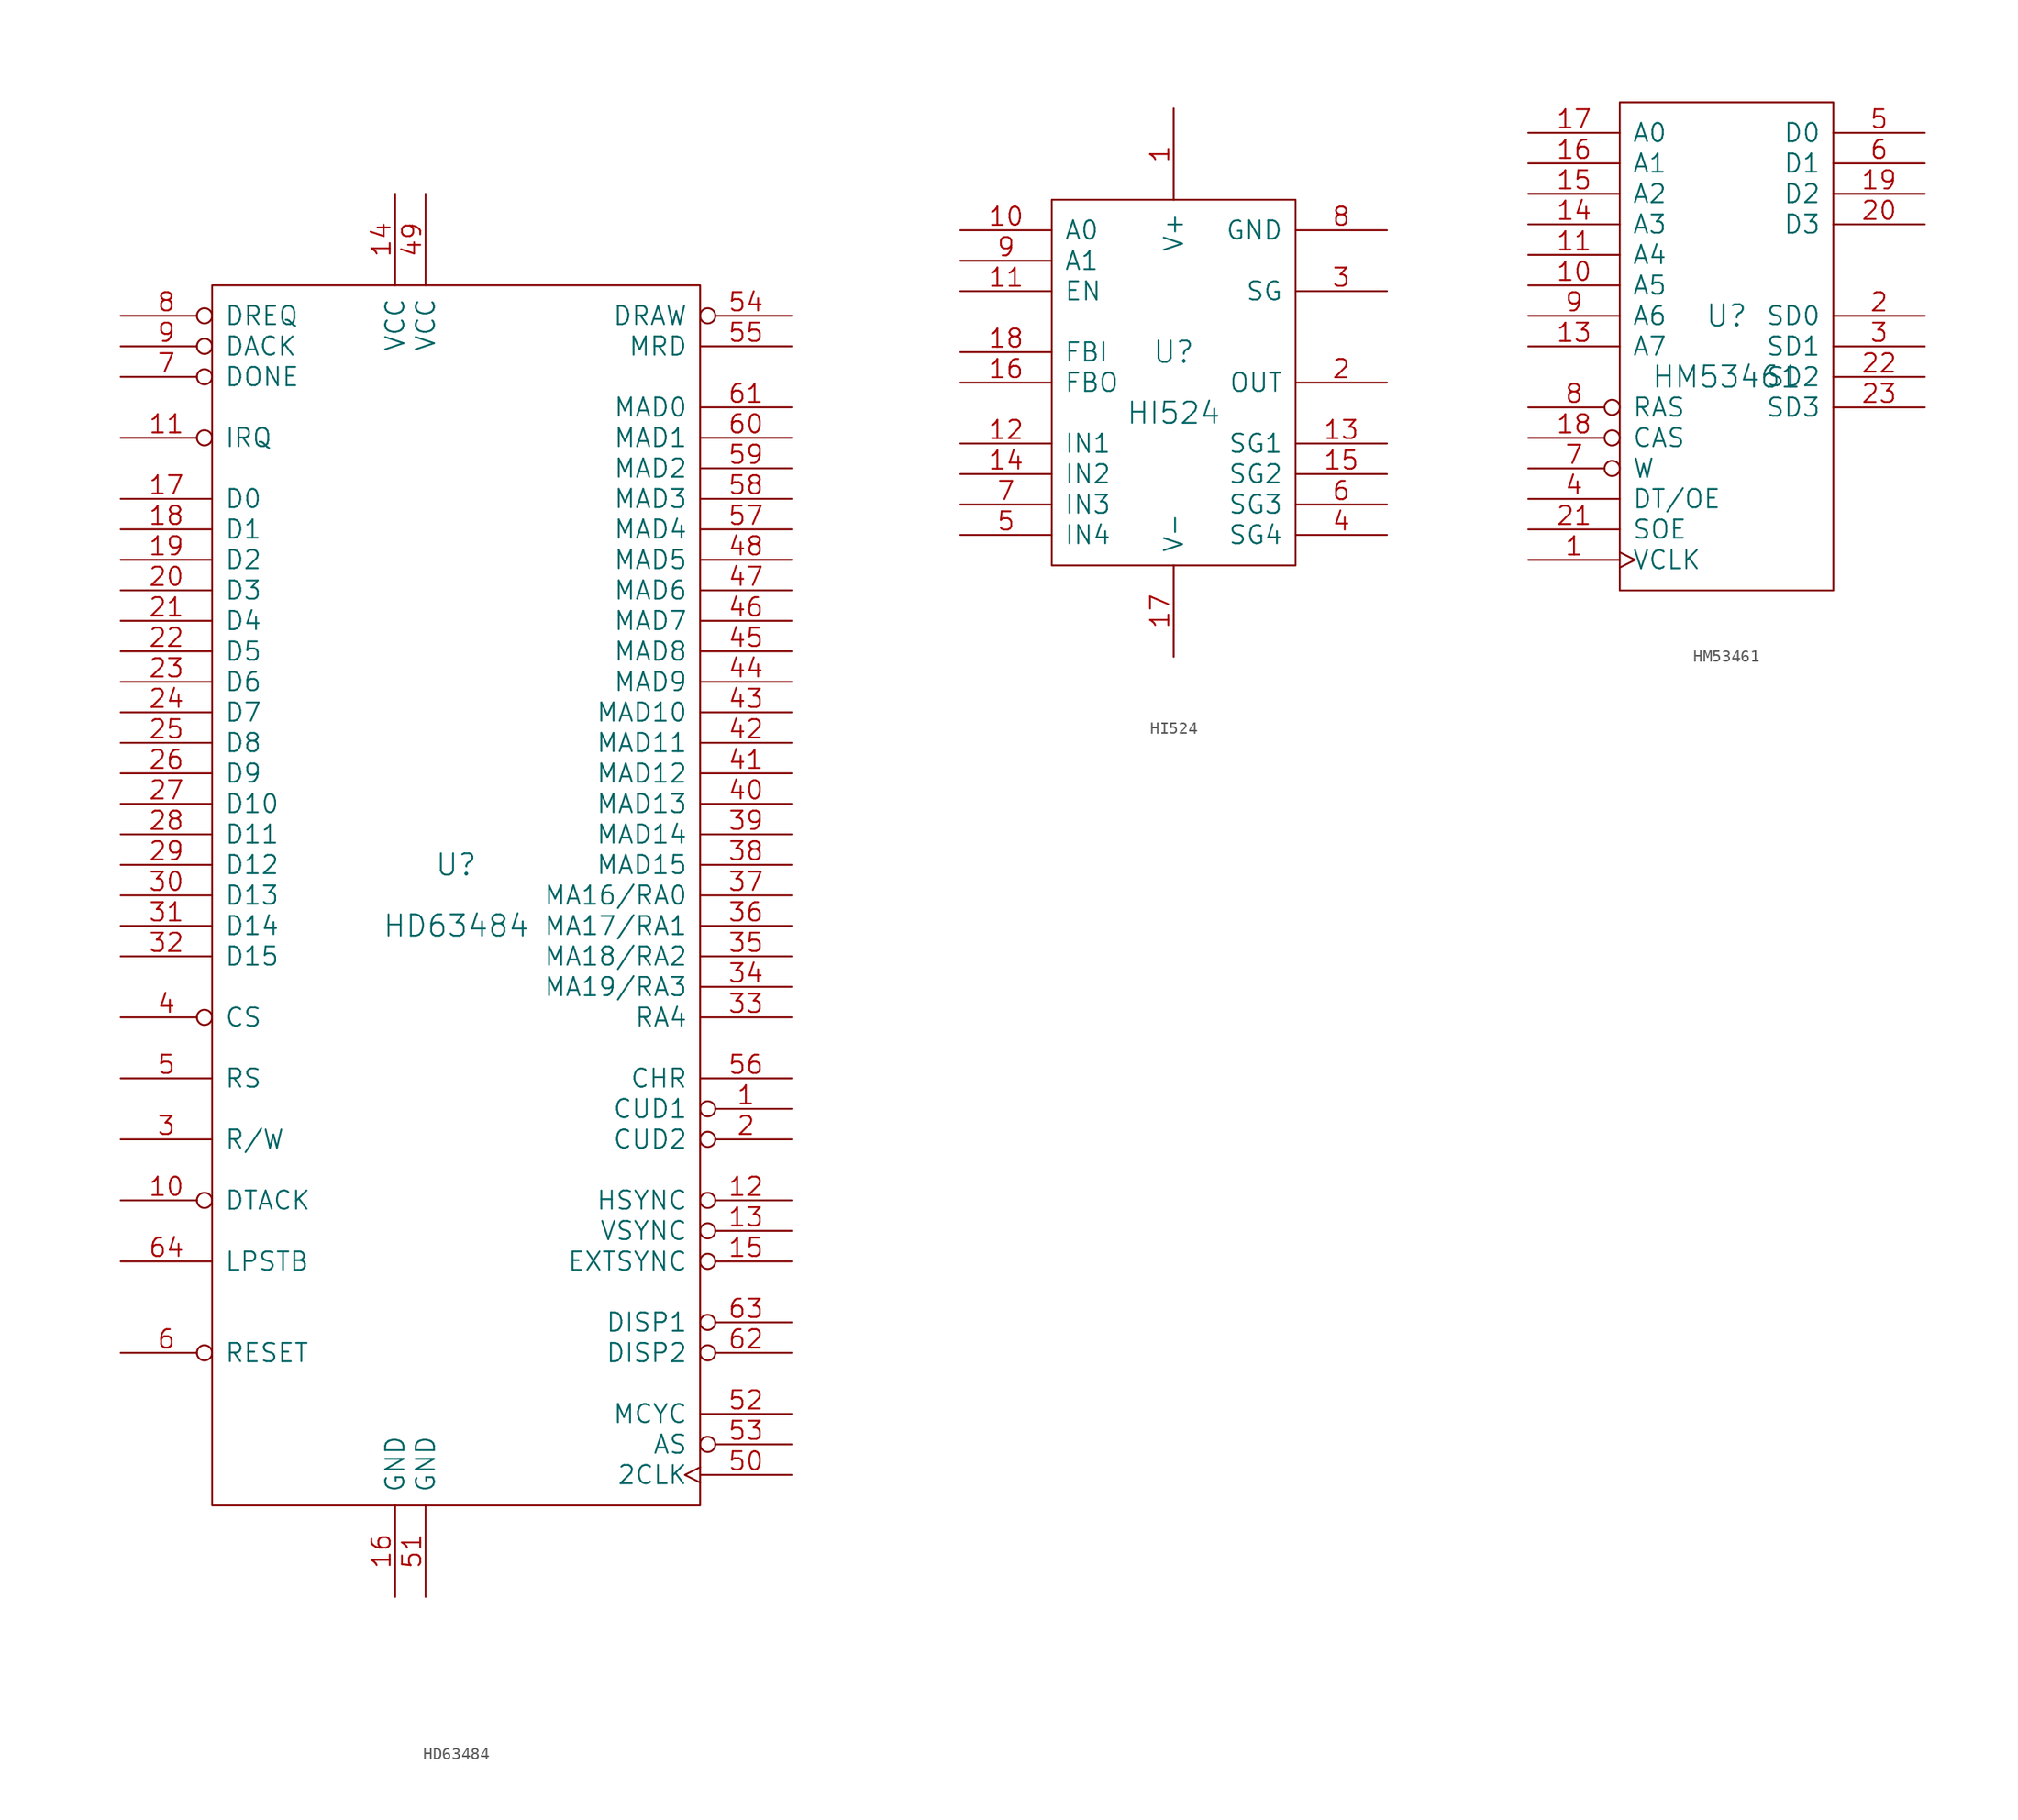
<source format=kicad_sym>
(kicad_symbol_lib
  (version 20211014)
  (generator kicad_symbol_editor)
  (symbol "HD63484"
    (pin_names
      (offset 1.016))
    (property "Reference" "U"
      (at 0 2.54 0)
      (effects (font (size 1.778 1.778))))
    (property "Value" "HD63484"
      (at 0 -2.54 0)
      (effects (font (size 1.778 1.778))))
    (property "Footprint" ""
      (at 0 0 0)
      (effects (font (size 1.524 1.524))))
    (property "Datasheet" ""
      (at 0 0 0)
      (effects (font (size 1.524 1.524))))
    (symbol "HD63484_0_1"
      (rectangle (start -20.32 -50.8) (end 20.32 50.8) (stroke (width 0) (type default) (color 0 0 0 0)) (fill (type none))))
    (symbol "HD63484_1_1"
      (pin output inverted (at 27.94 -17.78 180) (length 7.62) (name "CUD1" (effects (font (size 1.524 1.524)))) (number "1" (effects (font (size 1.524 1.524)))))
      (pin output inverted (at -27.94 -25.4 0) (length 7.62) (name "DTACK" (effects (font (size 1.524 1.524)))) (number "10" (effects (font (size 1.524 1.524)))))
      (pin output inverted (at -27.94 38.1 0) (length 7.62) (name "IRQ" (effects (font (size 1.524 1.524)))) (number "11" (effects (font (size 1.524 1.524)))))
      (pin output inverted (at 27.94 -25.4 180) (length 7.62) (name "HSYNC" (effects (font (size 1.524 1.524)))) (number "12" (effects (font (size 1.524 1.524)))))
      (pin output inverted (at 27.94 -27.94 180) (length 7.62) (name "VSYNC" (effects (font (size 1.524 1.524)))) (number "13" (effects (font (size 1.524 1.524)))))
      (pin input line (at -5.08 58.42 270) (length 7.62) (name "VCC" (effects (font (size 1.524 1.524)))) (number "14" (effects (font (size 1.524 1.524)))))
      (pin input inverted (at 27.94 -30.48 180) (length 7.62) (name "EXTSYNC" (effects (font (size 1.524 1.524)))) (number "15" (effects (font (size 1.524 1.524)))))
      (pin input line (at -5.08 -58.42 90) (length 7.62) (name "GND" (effects (font (size 1.524 1.524)))) (number "16" (effects (font (size 1.524 1.524)))))
      (pin tri_state line (at -27.94 33.02 0) (length 7.62) (name "D0" (effects (font (size 1.524 1.524)))) (number "17" (effects (font (size 1.524 1.524)))))
      (pin tri_state line (at -27.94 30.48 0) (length 7.62) (name "D1" (effects (font (size 1.524 1.524)))) (number "18" (effects (font (size 1.524 1.524)))))
      (pin tri_state line (at -27.94 27.94 0) (length 7.62) (name "D2" (effects (font (size 1.524 1.524)))) (number "19" (effects (font (size 1.524 1.524)))))
      (pin output inverted (at 27.94 -20.32 180) (length 7.62) (name "CUD2" (effects (font (size 1.524 1.524)))) (number "2" (effects (font (size 1.524 1.524)))))
      (pin tri_state line (at -27.94 25.4 0) (length 7.62) (name "D3" (effects (font (size 1.524 1.524)))) (number "20" (effects (font (size 1.524 1.524)))))
      (pin tri_state line (at -27.94 22.86 0) (length 7.62) (name "D4" (effects (font (size 1.524 1.524)))) (number "21" (effects (font (size 1.524 1.524)))))
      (pin tri_state line (at -27.94 20.32 0) (length 7.62) (name "D5" (effects (font (size 1.524 1.524)))) (number "22" (effects (font (size 1.524 1.524)))))
      (pin tri_state line (at -27.94 17.78 0) (length 7.62) (name "D6" (effects (font (size 1.524 1.524)))) (number "23" (effects (font (size 1.524 1.524)))))
      (pin tri_state line (at -27.94 15.24 0) (length 7.62) (name "D7" (effects (font (size 1.524 1.524)))) (number "24" (effects (font (size 1.524 1.524)))))
      (pin tri_state line (at -27.94 12.7 0) (length 7.62) (name "D8" (effects (font (size 1.524 1.524)))) (number "25" (effects (font (size 1.524 1.524)))))
      (pin tri_state line (at -27.94 10.16 0) (length 7.62) (name "D9" (effects (font (size 1.524 1.524)))) (number "26" (effects (font (size 1.524 1.524)))))
      (pin tri_state line (at -27.94 7.62 0) (length 7.62) (name "D10" (effects (font (size 1.524 1.524)))) (number "27" (effects (font (size 1.524 1.524)))))
      (pin tri_state line (at -27.94 5.08 0) (length 7.62) (name "D11" (effects (font (size 1.524 1.524)))) (number "28" (effects (font (size 1.524 1.524)))))
      (pin tri_state line (at -27.94 2.54 0) (length 7.62) (name "D12" (effects (font (size 1.524 1.524)))) (number "29" (effects (font (size 1.524 1.524)))))
      (pin input line (at -27.94 -20.32 0) (length 7.62) (name "R/W" (effects (font (size 1.524 1.524)))) (number "3" (effects (font (size 1.524 1.524)))))
      (pin tri_state line (at -27.94 0 0) (length 7.62) (name "D13" (effects (font (size 1.524 1.524)))) (number "30" (effects (font (size 1.524 1.524)))))
      (pin tri_state line (at -27.94 -2.54 0) (length 7.62) (name "D14" (effects (font (size 1.524 1.524)))) (number "31" (effects (font (size 1.524 1.524)))))
      (pin tri_state line (at -27.94 -5.08 0) (length 7.62) (name "D15" (effects (font (size 1.524 1.524)))) (number "32" (effects (font (size 1.524 1.524)))))
      (pin output line (at 27.94 -10.16 180) (length 7.62) (name "RA4" (effects (font (size 1.524 1.524)))) (number "33" (effects (font (size 1.524 1.524)))))
      (pin output line (at 27.94 -7.62 180) (length 7.62) (name "MA19/RA3" (effects (font (size 1.524 1.524)))) (number "34" (effects (font (size 1.524 1.524)))))
      (pin output line (at 27.94 -5.08 180) (length 7.62) (name "MA18/RA2" (effects (font (size 1.524 1.524)))) (number "35" (effects (font (size 1.524 1.524)))))
      (pin output line (at 27.94 -2.54 180) (length 7.62) (name "MA17/RA1" (effects (font (size 1.524 1.524)))) (number "36" (effects (font (size 1.524 1.524)))))
      (pin output line (at 27.94 0 180) (length 7.62) (name "MA16/RA0" (effects (font (size 1.524 1.524)))) (number "37" (effects (font (size 1.524 1.524)))))
      (pin tri_state line (at 27.94 2.54 180) (length 7.62) (name "MAD15" (effects (font (size 1.524 1.524)))) (number "38" (effects (font (size 1.524 1.524)))))
      (pin tri_state line (at 27.94 5.08 180) (length 7.62) (name "MAD14" (effects (font (size 1.524 1.524)))) (number "39" (effects (font (size 1.524 1.524)))))
      (pin input inverted (at -27.94 -10.16 0) (length 7.62) (name "CS" (effects (font (size 1.524 1.524)))) (number "4" (effects (font (size 1.524 1.524)))))
      (pin tri_state line (at 27.94 7.62 180) (length 7.62) (name "MAD13" (effects (font (size 1.524 1.524)))) (number "40" (effects (font (size 1.524 1.524)))))
      (pin tri_state line (at 27.94 10.16 180) (length 7.62) (name "MAD12" (effects (font (size 1.524 1.524)))) (number "41" (effects (font (size 1.524 1.524)))))
      (pin tri_state line (at 27.94 12.7 180) (length 7.62) (name "MAD11" (effects (font (size 1.524 1.524)))) (number "42" (effects (font (size 1.524 1.524)))))
      (pin tri_state line (at 27.94 15.24 180) (length 7.62) (name "MAD10" (effects (font (size 1.524 1.524)))) (number "43" (effects (font (size 1.524 1.524)))))
      (pin tri_state line (at 27.94 17.78 180) (length 7.62) (name "MAD9" (effects (font (size 1.524 1.524)))) (number "44" (effects (font (size 1.524 1.524)))))
      (pin tri_state line (at 27.94 20.32 180) (length 7.62) (name "MAD8" (effects (font (size 1.524 1.524)))) (number "45" (effects (font (size 1.524 1.524)))))
      (pin tri_state line (at 27.94 22.86 180) (length 7.62) (name "MAD7" (effects (font (size 1.524 1.524)))) (number "46" (effects (font (size 1.524 1.524)))))
      (pin tri_state line (at 27.94 25.4 180) (length 7.62) (name "MAD6" (effects (font (size 1.524 1.524)))) (number "47" (effects (font (size 1.524 1.524)))))
      (pin tri_state line (at 27.94 27.94 180) (length 7.62) (name "MAD5" (effects (font (size 1.524 1.524)))) (number "48" (effects (font (size 1.524 1.524)))))
      (pin input line (at -2.54 58.42 270) (length 7.62) (name "VCC" (effects (font (size 1.524 1.524)))) (number "49" (effects (font (size 1.524 1.524)))))
      (pin input line (at -27.94 -15.24 0) (length 7.62) (name "RS" (effects (font (size 1.524 1.524)))) (number "5" (effects (font (size 1.524 1.524)))))
      (pin input clock (at 27.94 -48.26 180) (length 7.62) (name "2CLK" (effects (font (size 1.524 1.524)))) (number "50" (effects (font (size 1.524 1.524)))))
      (pin input line (at -2.54 -58.42 90) (length 7.62) (name "GND" (effects (font (size 1.524 1.524)))) (number "51" (effects (font (size 1.524 1.524)))))
      (pin output line (at 27.94 -43.18 180) (length 7.62) (name "MCYC" (effects (font (size 1.524 1.524)))) (number "52" (effects (font (size 1.524 1.524)))))
      (pin output inverted (at 27.94 -45.72 180) (length 7.62) (name "AS" (effects (font (size 1.524 1.524)))) (number "53" (effects (font (size 1.524 1.524)))))
      (pin output inverted (at 27.94 48.26 180) (length 7.62) (name "DRAW" (effects (font (size 1.524 1.524)))) (number "54" (effects (font (size 1.524 1.524)))))
      (pin output line (at 27.94 45.72 180) (length 7.62) (name "MRD" (effects (font (size 1.524 1.524)))) (number "55" (effects (font (size 1.524 1.524)))))
      (pin output line (at 27.94 -15.24 180) (length 7.62) (name "CHR" (effects (font (size 1.524 1.524)))) (number "56" (effects (font (size 1.524 1.524)))))
      (pin tri_state line (at 27.94 30.48 180) (length 7.62) (name "MAD4" (effects (font (size 1.524 1.524)))) (number "57" (effects (font (size 1.524 1.524)))))
      (pin tri_state line (at 27.94 33.02 180) (length 7.62) (name "MAD3" (effects (font (size 1.524 1.524)))) (number "58" (effects (font (size 1.524 1.524)))))
      (pin tri_state line (at 27.94 35.56 180) (length 7.62) (name "MAD2" (effects (font (size 1.524 1.524)))) (number "59" (effects (font (size 1.524 1.524)))))
      (pin input inverted (at -27.94 -38.1 0) (length 7.62) (name "RESET" (effects (font (size 1.524 1.524)))) (number "6" (effects (font (size 1.524 1.524)))))
      (pin tri_state line (at 27.94 38.1 180) (length 7.62) (name "MAD1" (effects (font (size 1.524 1.524)))) (number "60" (effects (font (size 1.524 1.524)))))
      (pin tri_state line (at 27.94 40.64 180) (length 7.62) (name "MAD0" (effects (font (size 1.524 1.524)))) (number "61" (effects (font (size 1.524 1.524)))))
      (pin output inverted (at 27.94 -38.1 180) (length 7.62) (name "DISP2" (effects (font (size 1.524 1.524)))) (number "62" (effects (font (size 1.524 1.524)))))
      (pin output inverted (at 27.94 -35.56 180) (length 7.62) (name "DISP1" (effects (font (size 1.524 1.524)))) (number "63" (effects (font (size 1.524 1.524)))))
      (pin input line (at -27.94 -30.48 0) (length 7.62) (name "LPSTB" (effects (font (size 1.524 1.524)))) (number "64" (effects (font (size 1.524 1.524)))))
      (pin input inverted (at -27.94 43.18 0) (length 7.62) (name "DONE" (effects (font (size 1.524 1.524)))) (number "7" (effects (font (size 1.524 1.524)))))
      (pin output inverted (at -27.94 48.26 0) (length 7.62) (name "DREQ" (effects (font (size 1.524 1.524)))) (number "8" (effects (font (size 1.524 1.524)))))
      (pin input inverted (at -27.94 45.72 0) (length 7.62) (name "DACK" (effects (font (size 1.524 1.524)))) (number "9" (effects (font (size 1.524 1.524)))))))
  (symbol "HI524"
    (pin_names
      (offset 1.016))
    (property "Reference" "U"
      (at 0 2.54 0)
      (effects (font (size 1.778 1.778))))
    (property "Value" "HI524"
      (at 0 -2.54 0)
      (effects (font (size 1.778 1.778))))
    (property "Footprint" ""
      (at 0 0 0)
      (effects (font (size 1.524 1.524))))
    (property "Datasheet" ""
      (at 0 0 0)
      (effects (font (size 1.524 1.524))))
    (symbol "HI524_0_1"
      (rectangle (start -10.16 -15.24) (end 10.16 15.24) (stroke (width 0) (type default) (color 0 0 0 0)) (fill (type none))))
    (symbol "HI524_1_1"
      (pin passive line (at 0 22.86 270) (length 7.62) (name "V+" (effects (font (size 1.524 1.524)))) (number "1" (effects (font (size 1.524 1.524)))))
      (pin input line (at -17.78 12.7 0) (length 7.62) (name "A0" (effects (font (size 1.524 1.524)))) (number "10" (effects (font (size 1.524 1.524)))))
      (pin input line (at -17.78 7.62 0) (length 7.62) (name "EN" (effects (font (size 1.524 1.524)))) (number "11" (effects (font (size 1.524 1.524)))))
      (pin input line (at -17.78 -5.08 0) (length 7.62) (name "IN1" (effects (font (size 1.524 1.524)))) (number "12" (effects (font (size 1.524 1.524)))))
      (pin passive line (at 17.78 -5.08 180) (length 7.62) (name "SG1" (effects (font (size 1.524 1.524)))) (number "13" (effects (font (size 1.524 1.524)))))
      (pin input line (at -17.78 -7.62 0) (length 7.62) (name "IN2" (effects (font (size 1.524 1.524)))) (number "14" (effects (font (size 1.524 1.524)))))
      (pin passive line (at 17.78 -7.62 180) (length 7.62) (name "SG2" (effects (font (size 1.524 1.524)))) (number "15" (effects (font (size 1.524 1.524)))))
      (pin output line (at -17.78 0 0) (length 7.62) (name "FBO" (effects (font (size 1.524 1.524)))) (number "16" (effects (font (size 1.524 1.524)))))
      (pin passive line (at 0 -22.86 90) (length 7.62) (name "V-" (effects (font (size 1.524 1.524)))) (number "17" (effects (font (size 1.524 1.524)))))
      (pin input line (at -17.78 2.54 0) (length 7.62) (name "FBI" (effects (font (size 1.524 1.524)))) (number "18" (effects (font (size 1.524 1.524)))))
      (pin output line (at 17.78 0 180) (length 7.62) (name "OUT" (effects (font (size 1.524 1.524)))) (number "2" (effects (font (size 1.524 1.524)))))
      (pin passive line (at 17.78 7.62 180) (length 7.62) (name "SG" (effects (font (size 1.524 1.524)))) (number "3" (effects (font (size 1.524 1.524)))))
      (pin passive line (at 17.78 -12.7 180) (length 7.62) (name "SG4" (effects (font (size 1.524 1.524)))) (number "4" (effects (font (size 1.524 1.524)))))
      (pin input line (at -17.78 -12.7 0) (length 7.62) (name "IN4" (effects (font (size 1.524 1.524)))) (number "5" (effects (font (size 1.524 1.524)))))
      (pin passive line (at 17.78 -10.16 180) (length 7.62) (name "SG3" (effects (font (size 1.524 1.524)))) (number "6" (effects (font (size 1.524 1.524)))))
      (pin input line (at -17.78 -10.16 0) (length 7.62) (name "IN3" (effects (font (size 1.524 1.524)))) (number "7" (effects (font (size 1.524 1.524)))))
      (pin passive line (at 17.78 12.7 180) (length 7.62) (name "GND" (effects (font (size 1.524 1.524)))) (number "8" (effects (font (size 1.524 1.524)))))
      (pin input line (at -17.78 10.16 0) (length 7.62) (name "A1" (effects (font (size 1.524 1.524)))) (number "9" (effects (font (size 1.524 1.524)))))))
  (symbol "HM53461"
    (pin_names
      (offset 1.016))
    (property "Reference" "U"
      (at 0 2.54 0)
      (effects (font (size 1.778 1.778))))
    (property "Value" "HM53461"
      (at 0 -2.54 0)
      (effects (font (size 1.778 1.778))))
    (property "Footprint" ""
      (at 0 0 0)
      (effects (font (size 1.524 1.524))))
    (property "Datasheet" ""
      (at 0 0 0)
      (effects (font (size 1.524 1.524))))
    (symbol "HM53461_0_1"
      (rectangle (start -8.89 -20.32) (end 8.89 20.32) (stroke (width 0) (type default) (color 0 0 0 0)) (fill (type none))))
    (symbol "HM53461_1_1"
      (pin input clock (at -16.51 -17.78 0) (length 7.62) (name "VCLK" (effects (font (size 1.524 1.524)))) (number "1" (effects (font (size 1.524 1.524)))))
      (pin input line (at -16.51 5.08 0) (length 7.62) (name "A5" (effects (font (size 1.524 1.524)))) (number "10" (effects (font (size 1.524 1.524)))))
      (pin input line (at -16.51 7.62 0) (length 7.62) (name "A4" (effects (font (size 1.524 1.524)))) (number "11" (effects (font (size 1.524 1.524)))))
      (pin power_in line (at 1.27 20.32 90) (length 0) hide (name "VCC" (effects (font (size 1.524 1.524)))) (number "12" (effects (font (size 1.524 1.524)))))
      (pin input line (at -16.51 0 0) (length 7.62) (name "A7" (effects (font (size 1.524 1.524)))) (number "13" (effects (font (size 1.524 1.524)))))
      (pin input line (at -16.51 10.16 0) (length 7.62) (name "A3" (effects (font (size 1.524 1.524)))) (number "14" (effects (font (size 1.524 1.524)))))
      (pin input line (at -16.51 12.7 0) (length 7.62) (name "A2" (effects (font (size 1.524 1.524)))) (number "15" (effects (font (size 1.524 1.524)))))
      (pin input line (at -16.51 15.24 0) (length 7.62) (name "A1" (effects (font (size 1.524 1.524)))) (number "16" (effects (font (size 1.524 1.524)))))
      (pin input line (at -16.51 17.78 0) (length 7.62) (name "A0" (effects (font (size 1.524 1.524)))) (number "17" (effects (font (size 1.524 1.524)))))
      (pin input inverted (at -16.51 -7.62 0) (length 7.62) (name "CAS" (effects (font (size 1.524 1.524)))) (number "18" (effects (font (size 1.524 1.524)))))
      (pin tri_state line (at 16.51 12.7 180) (length 7.62) (name "D2" (effects (font (size 1.524 1.524)))) (number "19" (effects (font (size 1.524 1.524)))))
      (pin tri_state line (at 16.51 2.54 180) (length 7.62) (name "SD0" (effects (font (size 1.524 1.524)))) (number "2" (effects (font (size 1.524 1.524)))))
      (pin tri_state line (at 16.51 10.16 180) (length 7.62) (name "D3" (effects (font (size 1.524 1.524)))) (number "20" (effects (font (size 1.524 1.524)))))
      (pin input line (at -16.51 -15.24 0) (length 7.62) (name "SOE" (effects (font (size 1.524 1.524)))) (number "21" (effects (font (size 1.524 1.524)))))
      (pin tri_state line (at 16.51 -2.54 180) (length 7.62) (name "SD2" (effects (font (size 1.524 1.524)))) (number "22" (effects (font (size 1.524 1.524)))))
      (pin tri_state line (at 16.51 -5.08 180) (length 7.62) (name "SD3" (effects (font (size 1.524 1.524)))) (number "23" (effects (font (size 1.524 1.524)))))
      (pin power_in line (at 1.27 -20.32 90) (length 0) hide (name "VSS" (effects (font (size 1.524 1.524)))) (number "24" (effects (font (size 1.524 1.524)))))
      (pin tri_state line (at 16.51 0 180) (length 7.62) (name "SD1" (effects (font (size 1.524 1.524)))) (number "3" (effects (font (size 1.524 1.524)))))
      (pin input line (at -16.51 -12.7 0) (length 7.62) (name "DT/OE" (effects (font (size 1.524 1.524)))) (number "4" (effects (font (size 1.524 1.524)))))
      (pin tri_state line (at 16.51 17.78 180) (length 7.62) (name "D0" (effects (font (size 1.524 1.524)))) (number "5" (effects (font (size 1.524 1.524)))))
      (pin tri_state line (at 16.51 15.24 180) (length 7.62) (name "D1" (effects (font (size 1.524 1.524)))) (number "6" (effects (font (size 1.524 1.524)))))
      (pin input inverted (at -16.51 -10.16 0) (length 7.62) (name "W" (effects (font (size 1.524 1.524)))) (number "7" (effects (font (size 1.524 1.524)))))
      (pin input inverted (at -16.51 -5.08 0) (length 7.62) (name "RAS" (effects (font (size 1.524 1.524)))) (number "8" (effects (font (size 1.524 1.524)))))
      (pin input line (at -16.51 2.54 0) (length 7.62) (name "A6" (effects (font (size 1.524 1.524)))) (number "9" (effects (font (size 1.524 1.524))))))))
</source>
